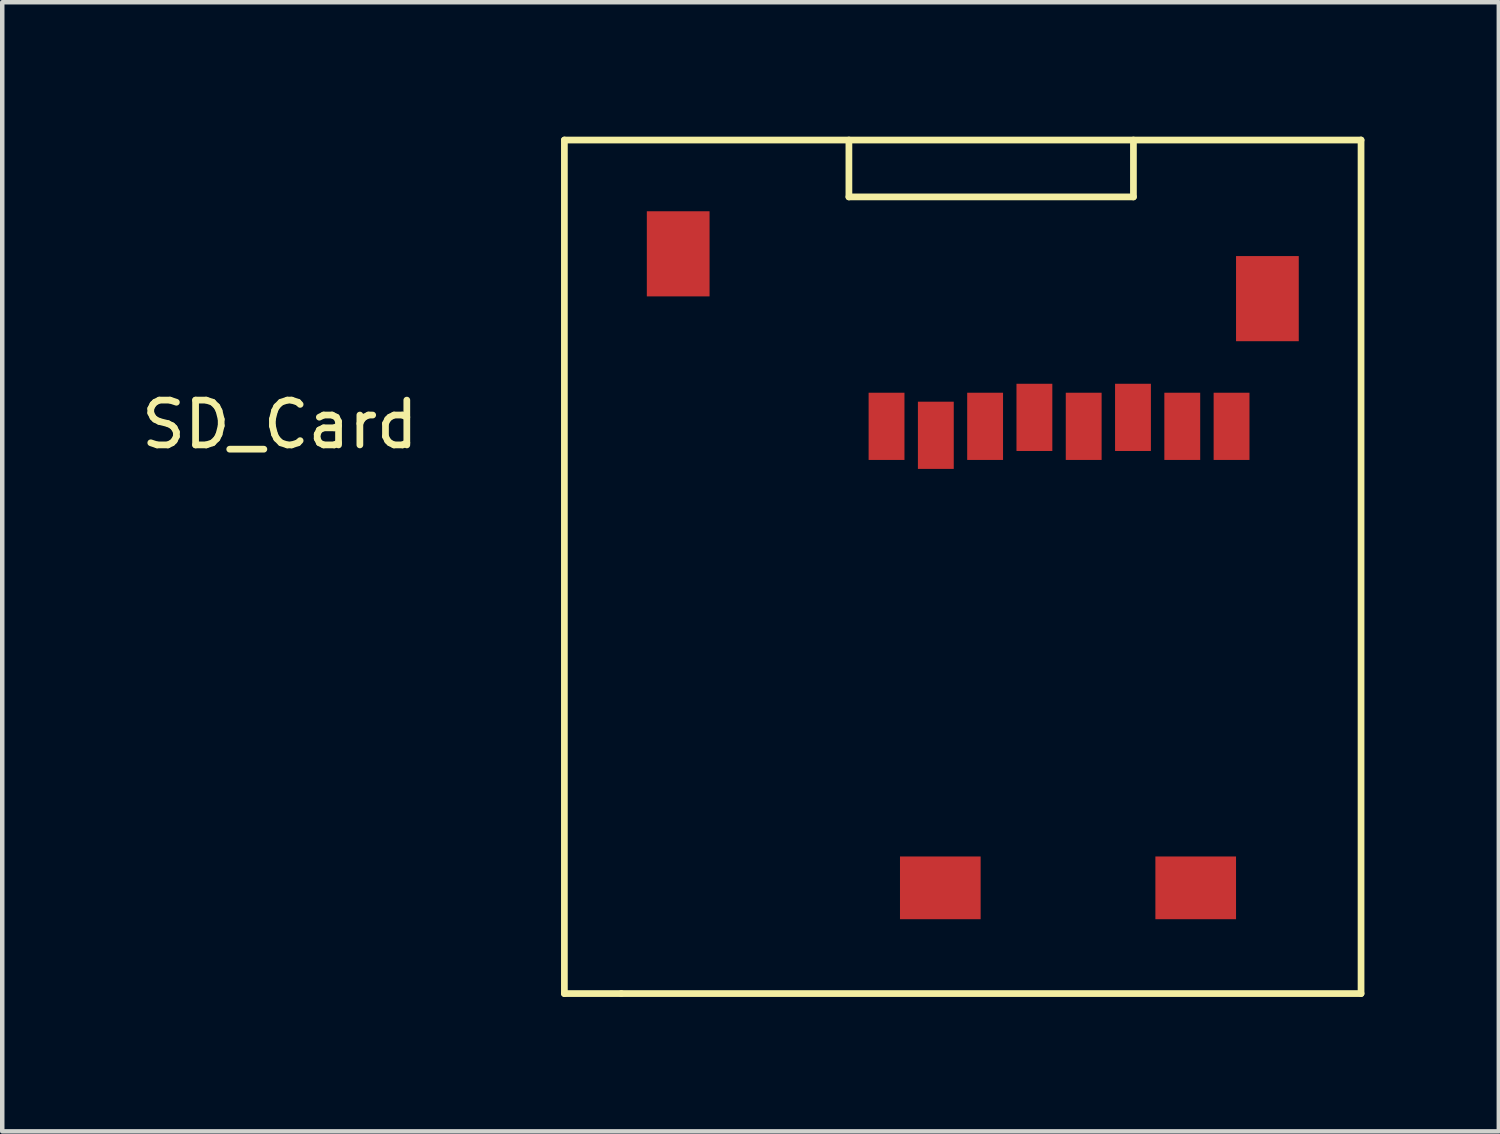
<source format=kicad_pcb>
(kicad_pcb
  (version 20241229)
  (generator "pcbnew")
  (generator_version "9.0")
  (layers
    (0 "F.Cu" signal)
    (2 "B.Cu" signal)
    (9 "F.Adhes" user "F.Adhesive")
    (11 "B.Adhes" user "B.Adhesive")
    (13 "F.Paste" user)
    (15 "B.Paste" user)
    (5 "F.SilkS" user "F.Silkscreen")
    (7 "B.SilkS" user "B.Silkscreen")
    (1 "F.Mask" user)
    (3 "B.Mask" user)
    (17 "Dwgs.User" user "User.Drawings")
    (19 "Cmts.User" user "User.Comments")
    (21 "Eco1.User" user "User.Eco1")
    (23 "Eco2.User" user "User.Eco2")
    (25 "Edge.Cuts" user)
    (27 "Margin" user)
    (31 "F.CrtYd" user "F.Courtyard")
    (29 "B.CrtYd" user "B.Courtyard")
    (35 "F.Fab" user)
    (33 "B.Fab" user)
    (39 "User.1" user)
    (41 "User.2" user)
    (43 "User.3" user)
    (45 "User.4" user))
  (footprint "SD_Card"
    (layer "F.Cu")
    (at 12.086 2.615)
    (property "Reference" "SD_Card" (at -8.89 3.81 0) (layer "F.SilkS") (effects (font (size 1 1) (thickness 0.15))))
    (attr through_hole)
    (fp_line (start -2.54 -2.54) (end 15.24 -2.54) (stroke (width 0.15) (type solid)) (layer "F.SilkS"))
    (fp_line (start -2.54 16.51) (end -2.54 -2.54) (stroke (width 0.15) (type solid)) (layer "F.SilkS"))
    (fp_line (start -1.27 16.51) (end -2.54 16.51) (stroke (width 0.15) (type solid)) (layer "F.SilkS"))
    (fp_line (start 3.81 -2.54) (end 3.81 -1.27) (stroke (width 0.15) (type solid)) (layer "F.SilkS"))
    (fp_line (start 3.81 -1.27) (end 10.16 -1.27) (stroke (width 0.15) (type solid)) (layer "F.SilkS"))
    (fp_line (start 10.16 -1.27) (end 10.16 -2.54) (stroke (width 0.15) (type solid)) (layer "F.SilkS"))
    (fp_line (start 15.24 -2.54) (end 15.24 16.51) (stroke (width 0.15) (type solid)) (layer "F.SilkS"))
    (fp_line (start 15.24 16.51) (end -1.27 16.51) (stroke (width 0.15) (type solid)) (layer "F.SilkS"))
    (pad "1" smd rect (at 4.65 3.85) (size 0.8 1.5) (layers "F.Cu" "F.Mask" "F.Paste"))
    (pad "2" smd rect (at 5.75 3.85) (size 0.8 1.5) (drill (offset 0 0.2)) (layers "F.Cu" "F.Mask" "F.Paste"))
    (pad "3" smd rect (at 6.85 3.85) (size 0.8 1.5) (layers "F.Cu" "F.Mask" "F.Paste"))
    (pad "4" smd rect (at 7.95 3.85) (size 0.8 1.5) (drill (offset 0 -0.2)) (layers "F.Cu" "F.Mask" "F.Paste"))
    (pad "5" smd rect (at 9.05 3.85) (size 0.8 1.5) (layers "F.Cu" "F.Mask" "F.Paste"))
    (pad "6" smd rect (at 10.15 3.85) (size 0.8 1.5) (drill (offset 0 -0.2)) (layers "F.Cu" "F.Mask" "F.Paste"))
    (pad "7" smd rect (at 11.25 3.85) (size 0.8 1.5) (layers "F.Cu" "F.Mask" "F.Paste"))
    (pad "8" smd rect (at 12.35 3.85) (size 0.8 1.5) (layers "F.Cu" "F.Mask" "F.Paste"))
    (pad "9" smd rect (at 11.55 14.15) (size 1.8 1.4) (layers "F.Cu" "F.Mask" "F.Paste"))
    (pad "10" smd rect (at 5.85 14.15) (size 1.8 1.4) (layers "F.Cu" "F.Mask" "F.Paste"))
    (pad "11" smd rect (at 0 0) (size 1.4 1.9) (layers "F.Cu" "F.Mask" "F.Paste"))
    (pad "11" smd rect (at 13.15 1) (size 1.4 1.9) (layers "F.Cu" "F.Mask" "F.Paste")))
  (gr_rect
    (start -3 -3)
    (end 30.401 22.2)
    (stroke (width 0.1) (type default))
    (fill no)
    (layer "Edge.Cuts")))
</source>
